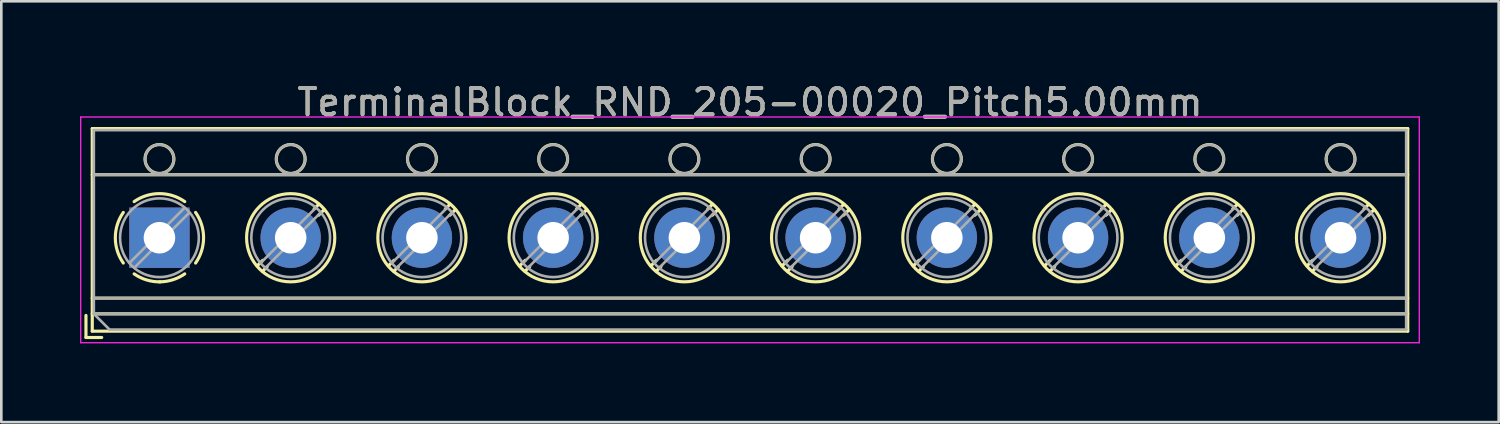
<source format=kicad_pcb>
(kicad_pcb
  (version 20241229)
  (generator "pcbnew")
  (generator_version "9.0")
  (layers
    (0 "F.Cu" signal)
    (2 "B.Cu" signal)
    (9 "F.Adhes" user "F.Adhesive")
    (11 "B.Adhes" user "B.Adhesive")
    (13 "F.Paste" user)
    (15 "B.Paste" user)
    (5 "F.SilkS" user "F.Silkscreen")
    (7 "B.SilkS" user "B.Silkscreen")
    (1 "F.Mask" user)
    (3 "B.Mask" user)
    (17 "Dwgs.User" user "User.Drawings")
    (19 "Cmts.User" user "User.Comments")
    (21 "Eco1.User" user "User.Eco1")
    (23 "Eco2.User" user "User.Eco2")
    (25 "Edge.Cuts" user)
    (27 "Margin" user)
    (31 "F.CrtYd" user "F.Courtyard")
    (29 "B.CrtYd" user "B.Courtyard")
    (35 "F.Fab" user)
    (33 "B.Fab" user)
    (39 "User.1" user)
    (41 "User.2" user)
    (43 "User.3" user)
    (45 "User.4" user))
  (footprint "TerminalBlock_RND_205-00020_Pitch5.00mm"
    (layer "F.Cu")
    (at 3.025 6.008)
    (property "Reference" "TerminalBlock_RND_205-00020_Pitch5.00mm" (at 22.5 -5.16 0) (layer "F.SilkS") (effects (font (size 1 1) (thickness 0.15))))
    (attr through_hole)
    (fp_line (start -2.8 2.96) (end -2.8 3.8) (stroke (width 0.12) (type solid)) (layer "F.SilkS"))
    (fp_line (start -2.8 3.8) (end -2.2 3.8) (stroke (width 0.12) (type solid)) (layer "F.SilkS"))
    (fp_line (start -2.56 -4.16) (end -2.56 3.56) (stroke (width 0.12) (type solid)) (layer "F.SilkS"))
    (fp_line (start -2.56 -2.4) (end 47.56 -2.4) (stroke (width 0.12) (type solid)) (layer "F.SilkS"))
    (fp_line (start -2.56 2.3) (end 47.56 2.3) (stroke (width 0.12) (type solid)) (layer "F.SilkS"))
    (fp_line (start -2.56 2.9) (end 47.56 2.9) (stroke (width 0.12) (type solid)) (layer "F.SilkS"))
    (fp_line (start -2.56 3.56) (end 47.56 3.56) (stroke (width 0.12) (type solid)) (layer "F.SilkS"))
    (fp_line (start 3.937 0.859) (end 3.726 1.069) (stroke (width 0.12) (type solid)) (layer "F.SilkS"))
    (fp_line (start 4.107 1.099) (end 3.931 1.274) (stroke (width 0.12) (type solid)) (layer "F.SilkS"))
    (fp_line (start 6.07 -1.275) (end 5.894 -1.099) (stroke (width 0.12) (type solid)) (layer "F.SilkS"))
    (fp_line (start 6.275 -1.069) (end 6.064 -0.859) (stroke (width 0.12) (type solid)) (layer "F.SilkS"))
    (fp_line (start 8.937 0.859) (end 8.726 1.069) (stroke (width 0.12) (type solid)) (layer "F.SilkS"))
    (fp_line (start 9.107 1.099) (end 8.931 1.274) (stroke (width 0.12) (type solid)) (layer "F.SilkS"))
    (fp_line (start 11.07 -1.275) (end 10.894 -1.099) (stroke (width 0.12) (type solid)) (layer "F.SilkS"))
    (fp_line (start 11.275 -1.069) (end 11.064 -0.859) (stroke (width 0.12) (type solid)) (layer "F.SilkS"))
    (fp_line (start 13.937 0.859) (end 13.726 1.069) (stroke (width 0.12) (type solid)) (layer "F.SilkS"))
    (fp_line (start 14.107 1.099) (end 13.931 1.274) (stroke (width 0.12) (type solid)) (layer "F.SilkS"))
    (fp_line (start 16.07 -1.275) (end 15.894 -1.099) (stroke (width 0.12) (type solid)) (layer "F.SilkS"))
    (fp_line (start 16.275 -1.069) (end 16.064 -0.859) (stroke (width 0.12) (type solid)) (layer "F.SilkS"))
    (fp_line (start 18.937 0.859) (end 18.726 1.069) (stroke (width 0.12) (type solid)) (layer "F.SilkS"))
    (fp_line (start 19.107 1.099) (end 18.931 1.274) (stroke (width 0.12) (type solid)) (layer "F.SilkS"))
    (fp_line (start 21.07 -1.275) (end 20.894 -1.099) (stroke (width 0.12) (type solid)) (layer "F.SilkS"))
    (fp_line (start 21.275 -1.069) (end 21.064 -0.859) (stroke (width 0.12) (type solid)) (layer "F.SilkS"))
    (fp_line (start 23.937 0.859) (end 23.726 1.069) (stroke (width 0.12) (type solid)) (layer "F.SilkS"))
    (fp_line (start 24.107 1.099) (end 23.931 1.274) (stroke (width 0.12) (type solid)) (layer "F.SilkS"))
    (fp_line (start 26.07 -1.275) (end 25.894 -1.099) (stroke (width 0.12) (type solid)) (layer "F.SilkS"))
    (fp_line (start 26.275 -1.069) (end 26.064 -0.859) (stroke (width 0.12) (type solid)) (layer "F.SilkS"))
    (fp_line (start 28.937 0.859) (end 28.726 1.069) (stroke (width 0.12) (type solid)) (layer "F.SilkS"))
    (fp_line (start 29.107 1.099) (end 28.931 1.274) (stroke (width 0.12) (type solid)) (layer "F.SilkS"))
    (fp_line (start 31.07 -1.275) (end 30.894 -1.099) (stroke (width 0.12) (type solid)) (layer "F.SilkS"))
    (fp_line (start 31.275 -1.069) (end 31.064 -0.859) (stroke (width 0.12) (type solid)) (layer "F.SilkS"))
    (fp_line (start 33.937 0.859) (end 33.726 1.069) (stroke (width 0.12) (type solid)) (layer "F.SilkS"))
    (fp_line (start 34.107 1.099) (end 33.931 1.274) (stroke (width 0.12) (type solid)) (layer "F.SilkS"))
    (fp_line (start 36.07 -1.275) (end 35.894 -1.099) (stroke (width 0.12) (type solid)) (layer "F.SilkS"))
    (fp_line (start 36.275 -1.069) (end 36.064 -0.859) (stroke (width 0.12) (type solid)) (layer "F.SilkS"))
    (fp_line (start 38.937 0.859) (end 38.726 1.069) (stroke (width 0.12) (type solid)) (layer "F.SilkS"))
    (fp_line (start 39.107 1.099) (end 38.931 1.274) (stroke (width 0.12) (type solid)) (layer "F.SilkS"))
    (fp_line (start 41.07 -1.275) (end 40.894 -1.099) (stroke (width 0.12) (type solid)) (layer "F.SilkS"))
    (fp_line (start 41.275 -1.069) (end 41.064 -0.859) (stroke (width 0.12) (type solid)) (layer "F.SilkS"))
    (fp_line (start 43.937 0.859) (end 43.726 1.069) (stroke (width 0.12) (type solid)) (layer "F.SilkS"))
    (fp_line (start 44.107 1.099) (end 43.931 1.274) (stroke (width 0.12) (type solid)) (layer "F.SilkS"))
    (fp_line (start 46.07 -1.275) (end 45.894 -1.099) (stroke (width 0.12) (type solid)) (layer "F.SilkS"))
    (fp_line (start 46.275 -1.069) (end 46.064 -0.859) (stroke (width 0.12) (type solid)) (layer "F.SilkS"))
    (fp_line (start 47.56 -4.16) (end -2.56 -4.16) (stroke (width 0.12) (type solid)) (layer "F.SilkS"))
    (fp_line (start 47.56 3.56) (end 47.56 -4.16) (stroke (width 0.12) (type solid)) (layer "F.SilkS"))
    (fp_arc (start -1.376825 0.964249) (mid -1.6809 0.000152) (end -1.377 -0.964) (stroke (width 0.12) (type solid)) (layer "F.SilkS"))
    (fp_arc (start -0.964249 -1.376825) (mid -0.000152 -1.6809) (end 0.964 -1.377) (stroke (width 0.12) (type solid)) (layer "F.SilkS"))
    (fp_arc (start 0.029488 1.680641) (mid -0.491302 1.607497) (end -0.964 1.377) (stroke (width 0.12) (type solid)) (layer "F.SilkS"))
    (fp_arc (start 0.963608 1.376175) (mid 0.505186 1.602244) (end 0 1.68) (stroke (width 0.12) (type solid)) (layer "F.SilkS"))
    (fp_arc (start 1.376825 -0.964249) (mid 1.6809 -0.000152) (end 1.377 0.964) (stroke (width 0.12) (type solid)) (layer "F.SilkS"))
    (fp_circle (center 0 -3) (end 0.55 -3) (stroke (width 0.12) (type solid)) (fill no) (layer "F.SilkS"))
    (fp_circle (center 5 -3) (end 5.55 -3) (stroke (width 0.12) (type solid)) (fill no) (layer "F.SilkS"))
    (fp_circle (center 5 0) (end 6.68 0) (stroke (width 0.12) (type solid)) (fill no) (layer "F.SilkS"))
    (fp_circle (center 10 -3) (end 10.55 -3) (stroke (width 0.12) (type solid)) (fill no) (layer "F.SilkS"))
    (fp_circle (center 10 0) (end 11.68 0) (stroke (width 0.12) (type solid)) (fill no) (layer "F.SilkS"))
    (fp_circle (center 15 -3) (end 15.55 -3) (stroke (width 0.12) (type solid)) (fill no) (layer "F.SilkS"))
    (fp_circle (center 15 0) (end 16.68 0) (stroke (width 0.12) (type solid)) (fill no) (layer "F.SilkS"))
    (fp_circle (center 20 -3) (end 20.55 -3) (stroke (width 0.12) (type solid)) (fill no) (layer "F.SilkS"))
    (fp_circle (center 20 0) (end 21.68 0) (stroke (width 0.12) (type solid)) (fill no) (layer "F.SilkS"))
    (fp_circle (center 25 -3) (end 25.55 -3) (stroke (width 0.12) (type solid)) (fill no) (layer "F.SilkS"))
    (fp_circle (center 25 0) (end 26.68 0) (stroke (width 0.12) (type solid)) (fill no) (layer "F.SilkS"))
    (fp_circle (center 30 -3) (end 30.55 -3) (stroke (width 0.12) (type solid)) (fill no) (layer "F.SilkS"))
    (fp_circle (center 30 0) (end 31.68 0) (stroke (width 0.12) (type solid)) (fill no) (layer "F.SilkS"))
    (fp_circle (center 35 -3) (end 35.55 -3) (stroke (width 0.12) (type solid)) (fill no) (layer "F.SilkS"))
    (fp_circle (center 35 0) (end 36.68 0) (stroke (width 0.12) (type solid)) (fill no) (layer "F.SilkS"))
    (fp_circle (center 40 -3) (end 40.55 -3) (stroke (width 0.12) (type solid)) (fill no) (layer "F.SilkS"))
    (fp_circle (center 40 0) (end 41.68 0) (stroke (width 0.12) (type solid)) (fill no) (layer "F.SilkS"))
    (fp_circle (center 45 -3) (end 45.55 -3) (stroke (width 0.12) (type solid)) (fill no) (layer "F.SilkS"))
    (fp_circle (center 45 0) (end 46.68 0) (stroke (width 0.12) (type solid)) (fill no) (layer "F.SilkS"))
    (fp_line (start -3 -4.6) (end -3 4) (stroke (width 0.05) (type solid)) (layer "F.CrtYd"))
    (fp_line (start -3 4) (end 48 4) (stroke (width 0.05) (type solid)) (layer "F.CrtYd"))
    (fp_line (start 48 -4.6) (end -3 -4.6) (stroke (width 0.05) (type solid)) (layer "F.CrtYd"))
    (fp_line (start 48 4) (end 48 -4.6) (stroke (width 0.05) (type solid)) (layer "F.CrtYd"))
    (fp_line (start -2.5 -4.1) (end 47.5 -4.1) (stroke (width 0.1) (type solid)) (layer "F.Fab"))
    (fp_line (start -2.5 -2.4) (end 47.5 -2.4) (stroke (width 0.1) (type solid)) (layer "F.Fab"))
    (fp_line (start -2.5 2.3) (end 47.5 2.3) (stroke (width 0.1) (type solid)) (layer "F.Fab"))
    (fp_line (start -2.5 2.9) (end -2.5 -4.1) (stroke (width 0.1) (type solid)) (layer "F.Fab"))
    (fp_line (start -2.5 2.9) (end 47.5 2.9) (stroke (width 0.1) (type solid)) (layer "F.Fab"))
    (fp_line (start -1.9 3.5) (end -2.5 2.9) (stroke (width 0.1) (type solid)) (layer "F.Fab"))
    (fp_line (start 0.955 -1.138) (end -1.138 0.955) (stroke (width 0.1) (type solid)) (layer "F.Fab"))
    (fp_line (start 1.138 -0.955) (end -0.955 1.138) (stroke (width 0.1) (type solid)) (layer "F.Fab"))
    (fp_line (start 5.955 -1.138) (end 3.863 0.955) (stroke (width 0.1) (type solid)) (layer "F.Fab"))
    (fp_line (start 6.138 -0.955) (end 4.046 1.138) (stroke (width 0.1) (type solid)) (layer "F.Fab"))
    (fp_line (start 10.955 -1.138) (end 8.863 0.955) (stroke (width 0.1) (type solid)) (layer "F.Fab"))
    (fp_line (start 11.138 -0.955) (end 9.046 1.138) (stroke (width 0.1) (type solid)) (layer "F.Fab"))
    (fp_line (start 15.955 -1.138) (end 13.863 0.955) (stroke (width 0.1) (type solid)) (layer "F.Fab"))
    (fp_line (start 16.138 -0.955) (end 14.046 1.138) (stroke (width 0.1) (type solid)) (layer "F.Fab"))
    (fp_line (start 20.955 -1.138) (end 18.863 0.955) (stroke (width 0.1) (type solid)) (layer "F.Fab"))
    (fp_line (start 21.138 -0.955) (end 19.046 1.138) (stroke (width 0.1) (type solid)) (layer "F.Fab"))
    (fp_line (start 25.955 -1.138) (end 23.863 0.955) (stroke (width 0.1) (type solid)) (layer "F.Fab"))
    (fp_line (start 26.138 -0.955) (end 24.046 1.138) (stroke (width 0.1) (type solid)) (layer "F.Fab"))
    (fp_line (start 30.955 -1.138) (end 28.863 0.955) (stroke (width 0.1) (type solid)) (layer "F.Fab"))
    (fp_line (start 31.138 -0.955) (end 29.046 1.138) (stroke (width 0.1) (type solid)) (layer "F.Fab"))
    (fp_line (start 35.955 -1.138) (end 33.863 0.955) (stroke (width 0.1) (type solid)) (layer "F.Fab"))
    (fp_line (start 36.138 -0.955) (end 34.046 1.138) (stroke (width 0.1) (type solid)) (layer "F.Fab"))
    (fp_line (start 40.955 -1.138) (end 38.863 0.955) (stroke (width 0.1) (type solid)) (layer "F.Fab"))
    (fp_line (start 41.138 -0.955) (end 39.046 1.138) (stroke (width 0.1) (type solid)) (layer "F.Fab"))
    (fp_line (start 45.955 -1.138) (end 43.863 0.955) (stroke (width 0.1) (type solid)) (layer "F.Fab"))
    (fp_line (start 46.138 -0.955) (end 44.046 1.138) (stroke (width 0.1) (type solid)) (layer "F.Fab"))
    (fp_line (start 47.5 -4.1) (end 47.5 3.5) (stroke (width 0.1) (type solid)) (layer "F.Fab"))
    (fp_line (start 47.5 3.5) (end -1.9 3.5) (stroke (width 0.1) (type solid)) (layer "F.Fab"))
    (fp_circle (center 0 -3) (end 0.55 -3) (stroke (width 0.1) (type solid)) (fill no) (layer "F.Fab"))
    (fp_circle (center 0 0) (end 1.5 0) (stroke (width 0.1) (type solid)) (fill no) (layer "F.Fab"))
    (fp_circle (center 5 -3) (end 5.55 -3) (stroke (width 0.1) (type solid)) (fill no) (layer "F.Fab"))
    (fp_circle (center 5 0) (end 6.5 0) (stroke (width 0.1) (type solid)) (fill no) (layer "F.Fab"))
    (fp_circle (center 10 -3) (end 10.55 -3) (stroke (width 0.1) (type solid)) (fill no) (layer "F.Fab"))
    (fp_circle (center 10 0) (end 11.5 0) (stroke (width 0.1) (type solid)) (fill no) (layer "F.Fab"))
    (fp_circle (center 15 -3) (end 15.55 -3) (stroke (width 0.1) (type solid)) (fill no) (layer "F.Fab"))
    (fp_circle (center 15 0) (end 16.5 0) (stroke (width 0.1) (type solid)) (fill no) (layer "F.Fab"))
    (fp_circle (center 20 -3) (end 20.55 -3) (stroke (width 0.1) (type solid)) (fill no) (layer "F.Fab"))
    (fp_circle (center 20 0) (end 21.5 0) (stroke (width 0.1) (type solid)) (fill no) (layer "F.Fab"))
    (fp_circle (center 25 -3) (end 25.55 -3) (stroke (width 0.1) (type solid)) (fill no) (layer "F.Fab"))
    (fp_circle (center 25 0) (end 26.5 0) (stroke (width 0.1) (type solid)) (fill no) (layer "F.Fab"))
    (fp_circle (center 30 -3) (end 30.55 -3) (stroke (width 0.1) (type solid)) (fill no) (layer "F.Fab"))
    (fp_circle (center 30 0) (end 31.5 0) (stroke (width 0.1) (type solid)) (fill no) (layer "F.Fab"))
    (fp_circle (center 35 -3) (end 35.55 -3) (stroke (width 0.1) (type solid)) (fill no) (layer "F.Fab"))
    (fp_circle (center 35 0) (end 36.5 0) (stroke (width 0.1) (type solid)) (fill no) (layer "F.Fab"))
    (fp_circle (center 40 -3) (end 40.55 -3) (stroke (width 0.1) (type solid)) (fill no) (layer "F.Fab"))
    (fp_circle (center 40 0) (end 41.5 0) (stroke (width 0.1) (type solid)) (fill no) (layer "F.Fab"))
    (fp_circle (center 45 -3) (end 45.55 -3) (stroke (width 0.1) (type solid)) (fill no) (layer "F.Fab"))
    (fp_circle (center 45 0) (end 46.5 0) (stroke (width 0.1) (type solid)) (fill no) (layer "F.Fab"))
    (fp_text user "${REFERENCE}" (at 22.5 -5.16 0) (layer "F.Fab") (effects (font (size 1 1) (thickness 0.15))))
    (pad "1" thru_hole rect (at 0 0) (size 2.3 2.3) (drill 1.2) (layers "*.Cu" "*.Mask"))
    (pad "2" thru_hole oval (at 5 0) (size 2.3 2.3) (drill 1.2) (layers "*.Cu" "*.Mask"))
    (pad "3" thru_hole oval (at 10 0) (size 2.3 2.3) (drill 1.2) (layers "*.Cu" "*.Mask"))
    (pad "4" thru_hole oval (at 15 0) (size 2.3 2.3) (drill 1.2) (layers "*.Cu" "*.Mask"))
    (pad "5" thru_hole oval (at 20 0) (size 2.3 2.3) (drill 1.2) (layers "*.Cu" "*.Mask"))
    (pad "6" thru_hole oval (at 25 0) (size 2.3 2.3) (drill 1.2) (layers "*.Cu" "*.Mask"))
    (pad "7" thru_hole oval (at 30 0) (size 2.3 2.3) (drill 1.2) (layers "*.Cu" "*.Mask"))
    (pad "8" thru_hole oval (at 35 0) (size 2.3 2.3) (drill 1.2) (layers "*.Cu" "*.Mask"))
    (pad "9" thru_hole oval (at 40 0) (size 2.3 2.3) (drill 1.2) (layers "*.Cu" "*.Mask"))
    (pad "10" thru_hole oval (at 45 0) (size 2.3 2.3) (drill 1.2) (layers "*.Cu" "*.Mask")))
  (gr_rect
    (start -3 -3)
    (end 54.05 13.033)
    (stroke (width 0.1) (type default))
    (fill no)
    (layer "Edge.Cuts")))
</source>
